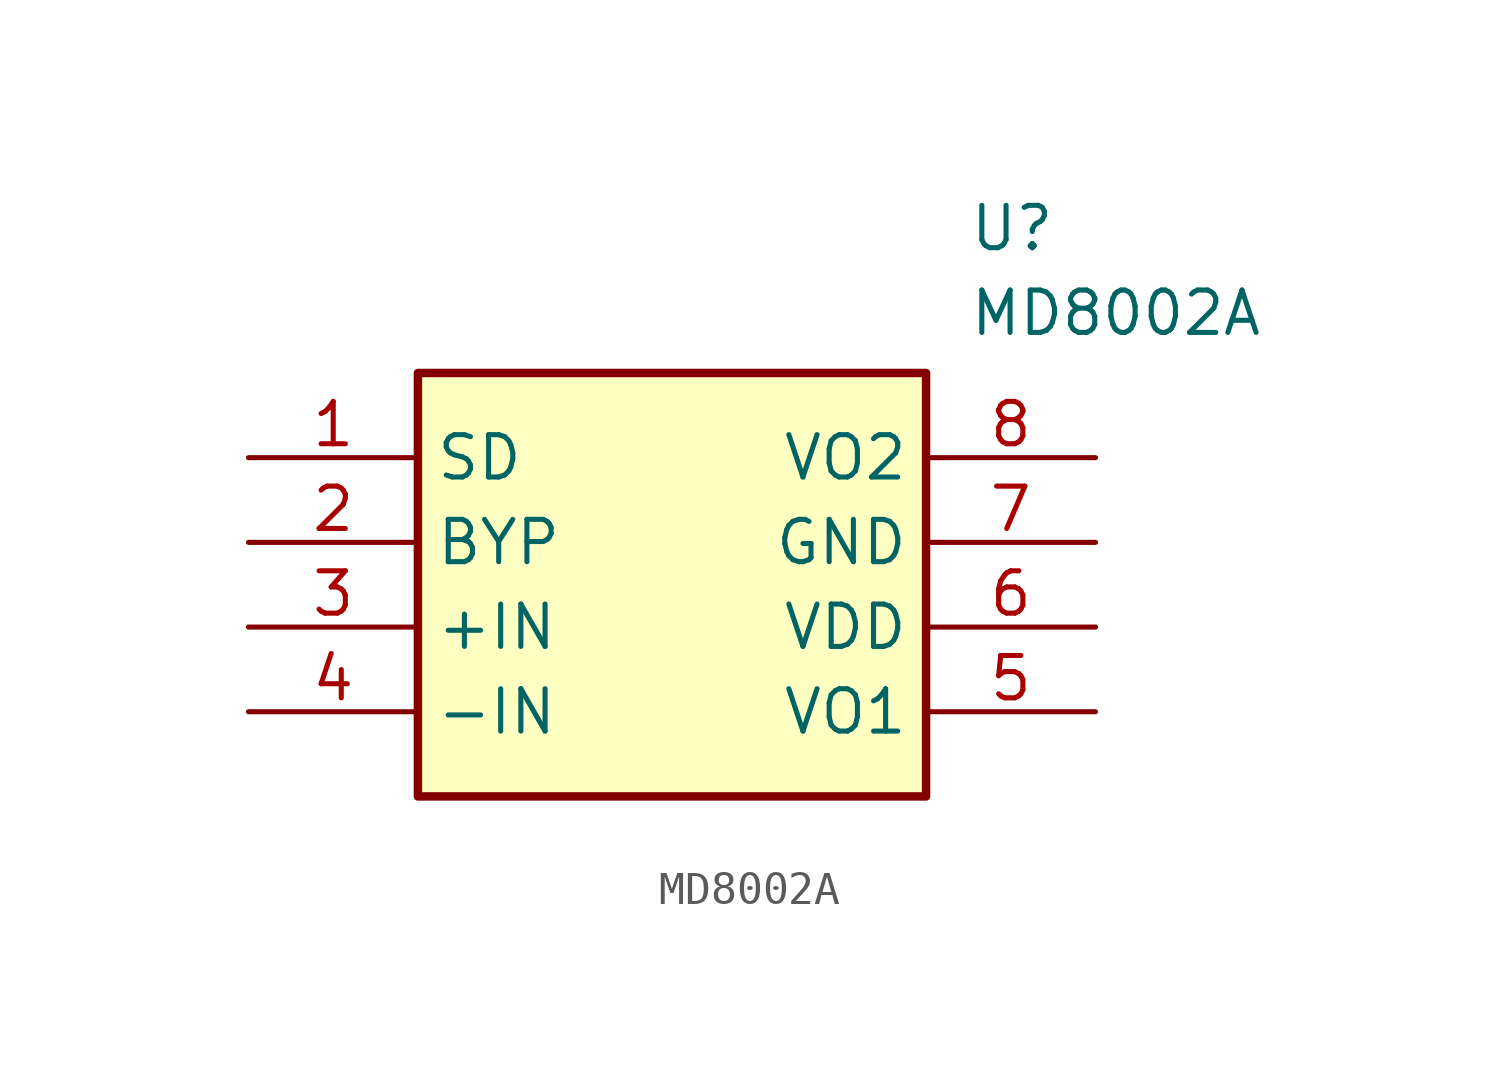
<source format=kicad_sym>
(kicad_symbol_lib
  (version 20220914)
  (generator kicad_symbol_editor)
  (symbol "MD8002A"
    (property "Reference" "U"
      (at 21.59 7.62 0)
      (effects (font (size 1.27 1.27)) (justify left top)))
    (property "Value" "MD8002A"
      (at 21.59 5.08 0)
      (effects (font (size 1.27 1.27)) (justify left top)))
    (symbol "MD8002A_1_1"
      (rectangle (start 5.08 2.54) (end 20.32 -10.16) (stroke (width 0.254) (type default)) (fill (type background)))
      (pin passive line (at 0 0 0) (length 5.08) (name "SD" (effects (font (size 1.27 1.27)))) (number "1" (effects (font (size 1.27 1.27)))))
      (pin passive line (at 0 -2.54 0) (length 5.08) (name "BYP" (effects (font (size 1.27 1.27)))) (number "2" (effects (font (size 1.27 1.27)))))
      (pin passive line (at 0 -5.08 0) (length 5.08) (name "+IN" (effects (font (size 1.27 1.27)))) (number "3" (effects (font (size 1.27 1.27)))))
      (pin passive line (at 0 -7.62 0) (length 5.08) (name "-IN" (effects (font (size 1.27 1.27)))) (number "4" (effects (font (size 1.27 1.27)))))
      (pin passive line (at 25.4 -7.62 180) (length 5.08) (name "VO1" (effects (font (size 1.27 1.27)))) (number "5" (effects (font (size 1.27 1.27)))))
      (pin passive line (at 25.4 -5.08 180) (length 5.08) (name "VDD" (effects (font (size 1.27 1.27)))) (number "6" (effects (font (size 1.27 1.27)))))
      (pin passive line (at 25.4 -2.54 180) (length 5.08) (name "GND" (effects (font (size 1.27 1.27)))) (number "7" (effects (font (size 1.27 1.27)))))
      (pin passive line (at 25.4 0 180) (length 5.08) (name "VO2" (effects (font (size 1.27 1.27)))) (number "8" (effects (font (size 1.27 1.27))))))))
</source>
